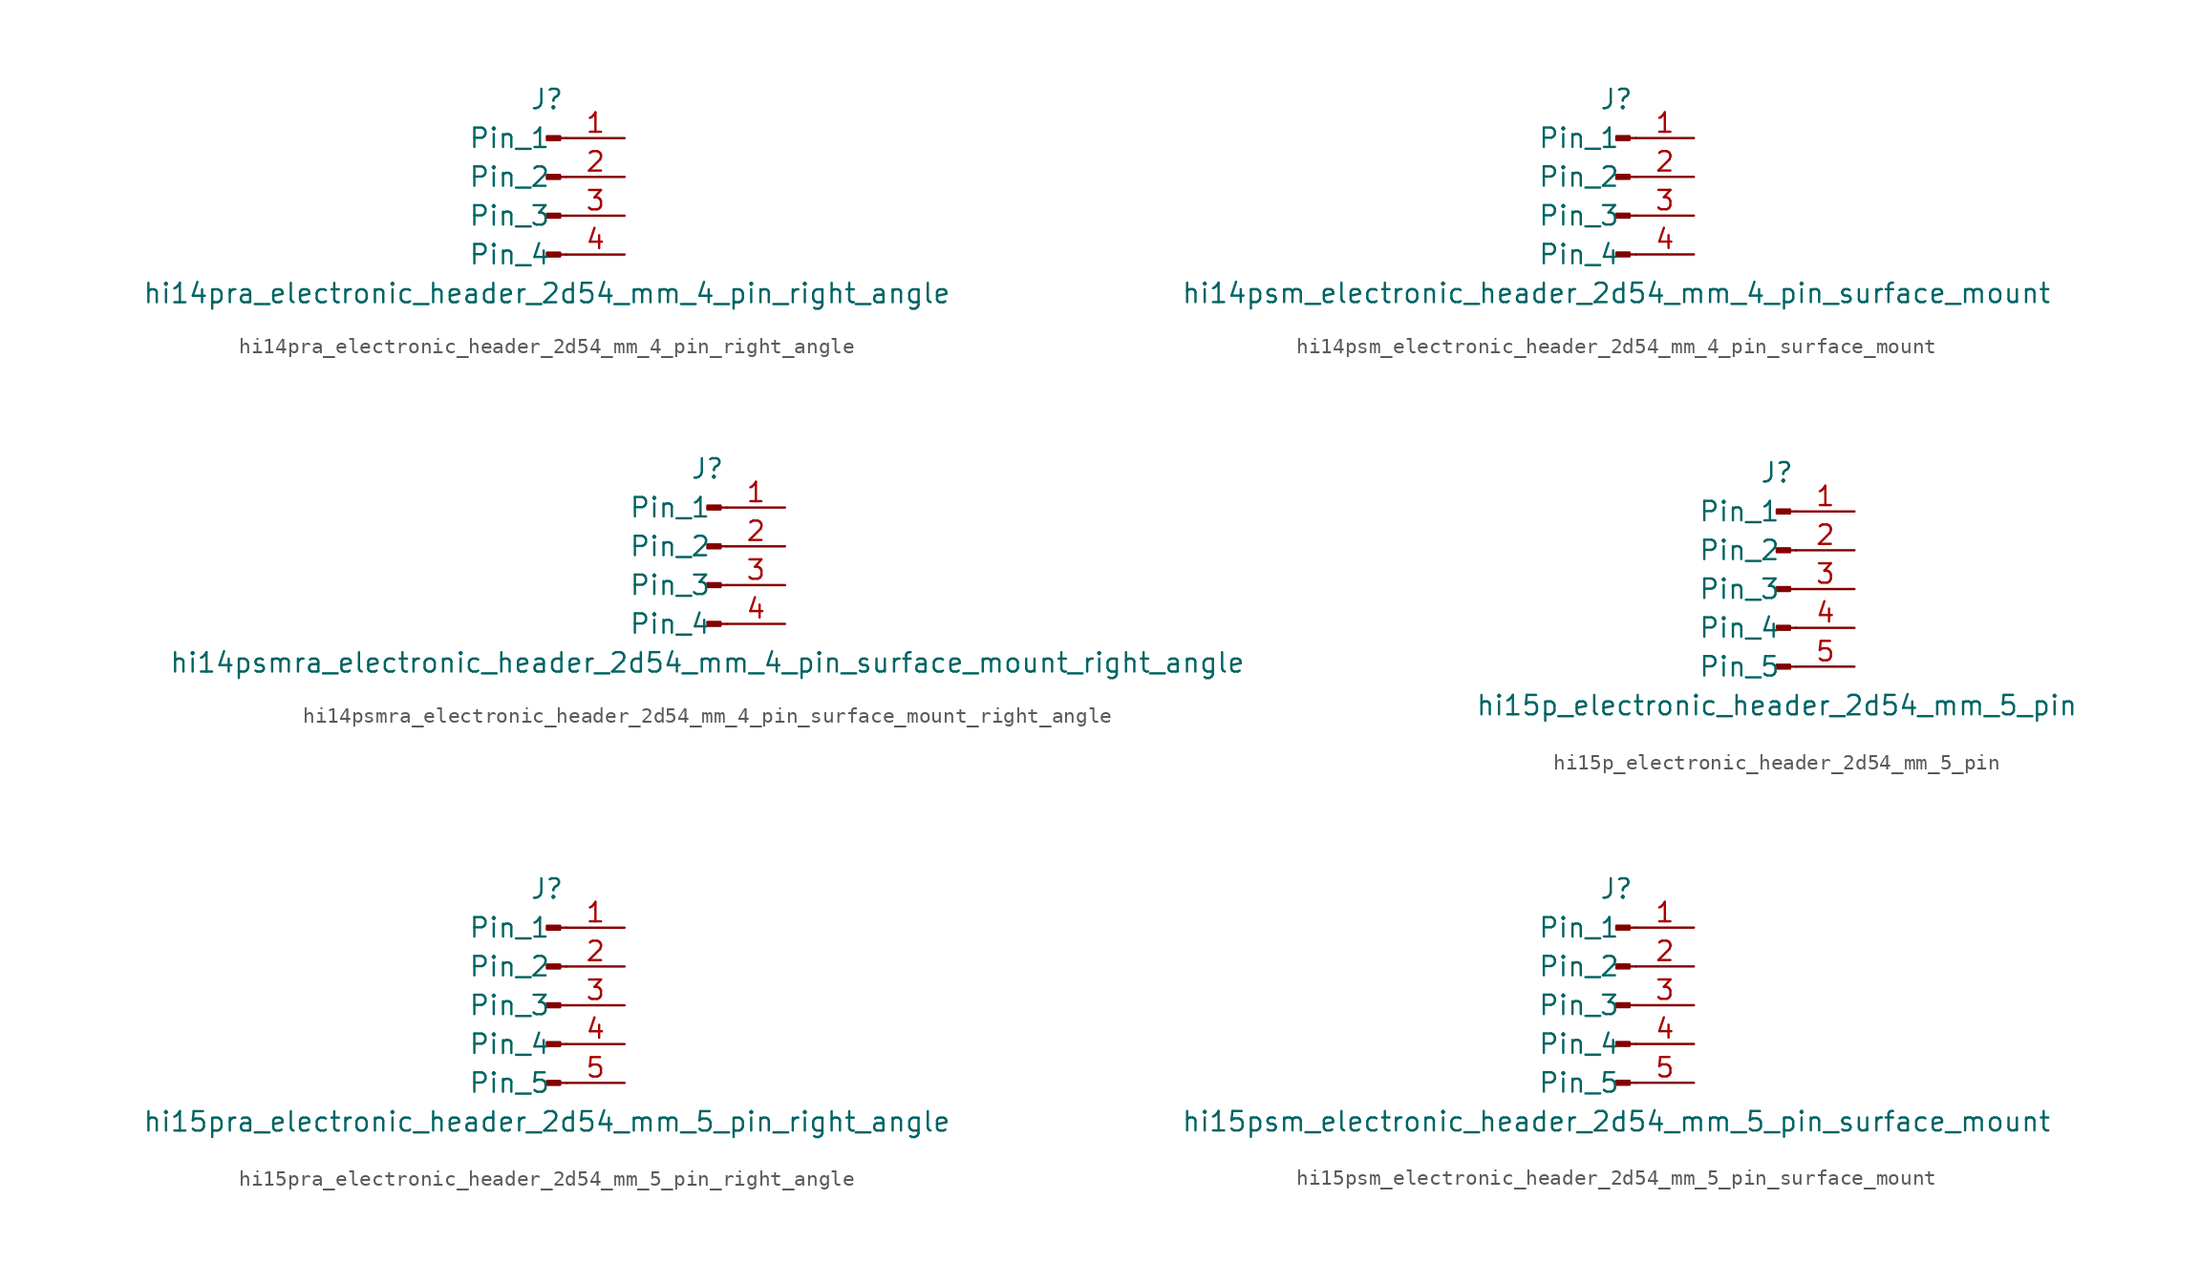
<source format=kicad_sym>
(kicad_symbol_lib
  (version 20220914)
  (generator kicad_symbol_editor)
  (symbol "hi14pra_electronic_header_2d54_mm_4_pin_right_angle"
    (pin_names
      (offset 1.016))
    (property "Reference" "J"
      (at 0 5.08 0)
      (effects (font (size 1.27 1.27))))
    (property "Value" "hi14pra_electronic_header_2d54_mm_4_pin_right_angle"
      (at 0 -7.62 0)
      (effects (font (size 1.27 1.27))))
    (property "ki_locked" ""
      (at 0 0 0)
      (effects (font (size 1.27 1.27))))
    (symbol "hi14pra_electronic_header_2d54_mm_4_pin_right_angle_1_1"
      (polyline (pts (xy 1.27 -5.08) (xy 0.864 -5.08)) (stroke (width 0.152) (type default)) (fill (type none)))
      (polyline (pts (xy 1.27 -2.54) (xy 0.864 -2.54)) (stroke (width 0.152) (type default)) (fill (type none)))
      (polyline (pts (xy 1.27 0) (xy 0.864 0)) (stroke (width 0.152) (type default)) (fill (type none)))
      (polyline (pts (xy 1.27 2.54) (xy 0.864 2.54)) (stroke (width 0.152) (type default)) (fill (type none)))
      (rectangle (start 0.864 -4.953) (end 0 -5.207) (stroke (width 0.152) (type default)) (fill (type outline)))
      (rectangle (start 0.864 -2.413) (end 0 -2.667) (stroke (width 0.152) (type default)) (fill (type outline)))
      (rectangle (start 0.864 0.127) (end 0 -0.127) (stroke (width 0.152) (type default)) (fill (type outline)))
      (rectangle (start 0.864 2.667) (end 0 2.413) (stroke (width 0.152) (type default)) (fill (type outline)))
      (pin passive line (at 5.08 2.54 180) (length 3.81) (name "Pin_1" (effects (font (size 1.27 1.27)))) (number "1" (effects (font (size 1.27 1.27)))))
      (pin passive line (at 5.08 0 180) (length 3.81) (name "Pin_2" (effects (font (size 1.27 1.27)))) (number "2" (effects (font (size 1.27 1.27)))))
      (pin passive line (at 5.08 -2.54 180) (length 3.81) (name "Pin_3" (effects (font (size 1.27 1.27)))) (number "3" (effects (font (size 1.27 1.27)))))
      (pin passive line (at 5.08 -5.08 180) (length 3.81) (name "Pin_4" (effects (font (size 1.27 1.27)))) (number "4" (effects (font (size 1.27 1.27)))))))
  (symbol "hi14psm_electronic_header_2d54_mm_4_pin_surface_mount"
    (pin_names
      (offset 1.016))
    (property "Reference" "J"
      (at 0 5.08 0)
      (effects (font (size 1.27 1.27))))
    (property "Value" "hi14psm_electronic_header_2d54_mm_4_pin_surface_mount"
      (at 0 -7.62 0)
      (effects (font (size 1.27 1.27))))
    (property "ki_locked" ""
      (at 0 0 0)
      (effects (font (size 1.27 1.27))))
    (symbol "hi14psm_electronic_header_2d54_mm_4_pin_surface_mount_1_1"
      (polyline (pts (xy 1.27 -5.08) (xy 0.864 -5.08)) (stroke (width 0.152) (type default)) (fill (type none)))
      (polyline (pts (xy 1.27 -2.54) (xy 0.864 -2.54)) (stroke (width 0.152) (type default)) (fill (type none)))
      (polyline (pts (xy 1.27 0) (xy 0.864 0)) (stroke (width 0.152) (type default)) (fill (type none)))
      (polyline (pts (xy 1.27 2.54) (xy 0.864 2.54)) (stroke (width 0.152) (type default)) (fill (type none)))
      (rectangle (start 0.864 -4.953) (end 0 -5.207) (stroke (width 0.152) (type default)) (fill (type outline)))
      (rectangle (start 0.864 -2.413) (end 0 -2.667) (stroke (width 0.152) (type default)) (fill (type outline)))
      (rectangle (start 0.864 0.127) (end 0 -0.127) (stroke (width 0.152) (type default)) (fill (type outline)))
      (rectangle (start 0.864 2.667) (end 0 2.413) (stroke (width 0.152) (type default)) (fill (type outline)))
      (pin passive line (at 5.08 2.54 180) (length 3.81) (name "Pin_1" (effects (font (size 1.27 1.27)))) (number "1" (effects (font (size 1.27 1.27)))))
      (pin passive line (at 5.08 0 180) (length 3.81) (name "Pin_2" (effects (font (size 1.27 1.27)))) (number "2" (effects (font (size 1.27 1.27)))))
      (pin passive line (at 5.08 -2.54 180) (length 3.81) (name "Pin_3" (effects (font (size 1.27 1.27)))) (number "3" (effects (font (size 1.27 1.27)))))
      (pin passive line (at 5.08 -5.08 180) (length 3.81) (name "Pin_4" (effects (font (size 1.27 1.27)))) (number "4" (effects (font (size 1.27 1.27)))))))
  (symbol "hi14psmra_electronic_header_2d54_mm_4_pin_surface_mount_right_angle"
    (pin_names
      (offset 1.016))
    (property "Reference" "J"
      (at 0 5.08 0)
      (effects (font (size 1.27 1.27))))
    (property "Value" "hi14psmra_electronic_header_2d54_mm_4_pin_surface_mount_right_angle"
      (at 0 -7.62 0)
      (effects (font (size 1.27 1.27))))
    (property "ki_locked" ""
      (at 0 0 0)
      (effects (font (size 1.27 1.27))))
    (symbol "hi14psmra_electronic_header_2d54_mm_4_pin_surface_mount_right_angle_1_1"
      (polyline (pts (xy 1.27 -5.08) (xy 0.864 -5.08)) (stroke (width 0.152) (type default)) (fill (type none)))
      (polyline (pts (xy 1.27 -2.54) (xy 0.864 -2.54)) (stroke (width 0.152) (type default)) (fill (type none)))
      (polyline (pts (xy 1.27 0) (xy 0.864 0)) (stroke (width 0.152) (type default)) (fill (type none)))
      (polyline (pts (xy 1.27 2.54) (xy 0.864 2.54)) (stroke (width 0.152) (type default)) (fill (type none)))
      (rectangle (start 0.864 -4.953) (end 0 -5.207) (stroke (width 0.152) (type default)) (fill (type outline)))
      (rectangle (start 0.864 -2.413) (end 0 -2.667) (stroke (width 0.152) (type default)) (fill (type outline)))
      (rectangle (start 0.864 0.127) (end 0 -0.127) (stroke (width 0.152) (type default)) (fill (type outline)))
      (rectangle (start 0.864 2.667) (end 0 2.413) (stroke (width 0.152) (type default)) (fill (type outline)))
      (pin passive line (at 5.08 2.54 180) (length 3.81) (name "Pin_1" (effects (font (size 1.27 1.27)))) (number "1" (effects (font (size 1.27 1.27)))))
      (pin passive line (at 5.08 0 180) (length 3.81) (name "Pin_2" (effects (font (size 1.27 1.27)))) (number "2" (effects (font (size 1.27 1.27)))))
      (pin passive line (at 5.08 -2.54 180) (length 3.81) (name "Pin_3" (effects (font (size 1.27 1.27)))) (number "3" (effects (font (size 1.27 1.27)))))
      (pin passive line (at 5.08 -5.08 180) (length 3.81) (name "Pin_4" (effects (font (size 1.27 1.27)))) (number "4" (effects (font (size 1.27 1.27)))))))
  (symbol "hi15p_electronic_header_2d54_mm_5_pin"
    (pin_names
      (offset 1.016))
    (property "Reference" "J"
      (at 0 7.62 0)
      (effects (font (size 1.27 1.27))))
    (property "Value" "hi15p_electronic_header_2d54_mm_5_pin"
      (at 0 -7.62 0)
      (effects (font (size 1.27 1.27))))
    (property "ki_locked" ""
      (at 0 0 0)
      (effects (font (size 1.27 1.27))))
    (symbol "hi15p_electronic_header_2d54_mm_5_pin_1_1"
      (polyline (pts (xy 1.27 -5.08) (xy 0.864 -5.08)) (stroke (width 0.152) (type default)) (fill (type none)))
      (polyline (pts (xy 1.27 -2.54) (xy 0.864 -2.54)) (stroke (width 0.152) (type default)) (fill (type none)))
      (polyline (pts (xy 1.27 0) (xy 0.864 0)) (stroke (width 0.152) (type default)) (fill (type none)))
      (polyline (pts (xy 1.27 2.54) (xy 0.864 2.54)) (stroke (width 0.152) (type default)) (fill (type none)))
      (polyline (pts (xy 1.27 5.08) (xy 0.864 5.08)) (stroke (width 0.152) (type default)) (fill (type none)))
      (rectangle (start 0.864 -4.953) (end 0 -5.207) (stroke (width 0.152) (type default)) (fill (type outline)))
      (rectangle (start 0.864 -2.413) (end 0 -2.667) (stroke (width 0.152) (type default)) (fill (type outline)))
      (rectangle (start 0.864 0.127) (end 0 -0.127) (stroke (width 0.152) (type default)) (fill (type outline)))
      (rectangle (start 0.864 2.667) (end 0 2.413) (stroke (width 0.152) (type default)) (fill (type outline)))
      (rectangle (start 0.864 5.207) (end 0 4.953) (stroke (width 0.152) (type default)) (fill (type outline)))
      (pin passive line (at 5.08 5.08 180) (length 3.81) (name "Pin_1" (effects (font (size 1.27 1.27)))) (number "1" (effects (font (size 1.27 1.27)))))
      (pin passive line (at 5.08 2.54 180) (length 3.81) (name "Pin_2" (effects (font (size 1.27 1.27)))) (number "2" (effects (font (size 1.27 1.27)))))
      (pin passive line (at 5.08 0 180) (length 3.81) (name "Pin_3" (effects (font (size 1.27 1.27)))) (number "3" (effects (font (size 1.27 1.27)))))
      (pin passive line (at 5.08 -2.54 180) (length 3.81) (name "Pin_4" (effects (font (size 1.27 1.27)))) (number "4" (effects (font (size 1.27 1.27)))))
      (pin passive line (at 5.08 -5.08 180) (length 3.81) (name "Pin_5" (effects (font (size 1.27 1.27)))) (number "5" (effects (font (size 1.27 1.27)))))))
  (symbol "hi15pra_electronic_header_2d54_mm_5_pin_right_angle"
    (pin_names
      (offset 1.016))
    (property "Reference" "J"
      (at 0 7.62 0)
      (effects (font (size 1.27 1.27))))
    (property "Value" "hi15pra_electronic_header_2d54_mm_5_pin_right_angle"
      (at 0 -7.62 0)
      (effects (font (size 1.27 1.27))))
    (property "ki_locked" ""
      (at 0 0 0)
      (effects (font (size 1.27 1.27))))
    (symbol "hi15pra_electronic_header_2d54_mm_5_pin_right_angle_1_1"
      (polyline (pts (xy 1.27 -5.08) (xy 0.864 -5.08)) (stroke (width 0.152) (type default)) (fill (type none)))
      (polyline (pts (xy 1.27 -2.54) (xy 0.864 -2.54)) (stroke (width 0.152) (type default)) (fill (type none)))
      (polyline (pts (xy 1.27 0) (xy 0.864 0)) (stroke (width 0.152) (type default)) (fill (type none)))
      (polyline (pts (xy 1.27 2.54) (xy 0.864 2.54)) (stroke (width 0.152) (type default)) (fill (type none)))
      (polyline (pts (xy 1.27 5.08) (xy 0.864 5.08)) (stroke (width 0.152) (type default)) (fill (type none)))
      (rectangle (start 0.864 -4.953) (end 0 -5.207) (stroke (width 0.152) (type default)) (fill (type outline)))
      (rectangle (start 0.864 -2.413) (end 0 -2.667) (stroke (width 0.152) (type default)) (fill (type outline)))
      (rectangle (start 0.864 0.127) (end 0 -0.127) (stroke (width 0.152) (type default)) (fill (type outline)))
      (rectangle (start 0.864 2.667) (end 0 2.413) (stroke (width 0.152) (type default)) (fill (type outline)))
      (rectangle (start 0.864 5.207) (end 0 4.953) (stroke (width 0.152) (type default)) (fill (type outline)))
      (pin passive line (at 5.08 5.08 180) (length 3.81) (name "Pin_1" (effects (font (size 1.27 1.27)))) (number "1" (effects (font (size 1.27 1.27)))))
      (pin passive line (at 5.08 2.54 180) (length 3.81) (name "Pin_2" (effects (font (size 1.27 1.27)))) (number "2" (effects (font (size 1.27 1.27)))))
      (pin passive line (at 5.08 0 180) (length 3.81) (name "Pin_3" (effects (font (size 1.27 1.27)))) (number "3" (effects (font (size 1.27 1.27)))))
      (pin passive line (at 5.08 -2.54 180) (length 3.81) (name "Pin_4" (effects (font (size 1.27 1.27)))) (number "4" (effects (font (size 1.27 1.27)))))
      (pin passive line (at 5.08 -5.08 180) (length 3.81) (name "Pin_5" (effects (font (size 1.27 1.27)))) (number "5" (effects (font (size 1.27 1.27)))))))
  (symbol "hi15psm_electronic_header_2d54_mm_5_pin_surface_mount"
    (pin_names
      (offset 1.016))
    (property "Reference" "J"
      (at 0 7.62 0)
      (effects (font (size 1.27 1.27))))
    (property "Value" "hi15psm_electronic_header_2d54_mm_5_pin_surface_mount"
      (at 0 -7.62 0)
      (effects (font (size 1.27 1.27))))
    (property "ki_locked" ""
      (at 0 0 0)
      (effects (font (size 1.27 1.27))))
    (symbol "hi15psm_electronic_header_2d54_mm_5_pin_surface_mount_1_1"
      (polyline (pts (xy 1.27 -5.08) (xy 0.864 -5.08)) (stroke (width 0.152) (type default)) (fill (type none)))
      (polyline (pts (xy 1.27 -2.54) (xy 0.864 -2.54)) (stroke (width 0.152) (type default)) (fill (type none)))
      (polyline (pts (xy 1.27 0) (xy 0.864 0)) (stroke (width 0.152) (type default)) (fill (type none)))
      (polyline (pts (xy 1.27 2.54) (xy 0.864 2.54)) (stroke (width 0.152) (type default)) (fill (type none)))
      (polyline (pts (xy 1.27 5.08) (xy 0.864 5.08)) (stroke (width 0.152) (type default)) (fill (type none)))
      (rectangle (start 0.864 -4.953) (end 0 -5.207) (stroke (width 0.152) (type default)) (fill (type outline)))
      (rectangle (start 0.864 -2.413) (end 0 -2.667) (stroke (width 0.152) (type default)) (fill (type outline)))
      (rectangle (start 0.864 0.127) (end 0 -0.127) (stroke (width 0.152) (type default)) (fill (type outline)))
      (rectangle (start 0.864 2.667) (end 0 2.413) (stroke (width 0.152) (type default)) (fill (type outline)))
      (rectangle (start 0.864 5.207) (end 0 4.953) (stroke (width 0.152) (type default)) (fill (type outline)))
      (pin passive line (at 5.08 5.08 180) (length 3.81) (name "Pin_1" (effects (font (size 1.27 1.27)))) (number "1" (effects (font (size 1.27 1.27)))))
      (pin passive line (at 5.08 2.54 180) (length 3.81) (name "Pin_2" (effects (font (size 1.27 1.27)))) (number "2" (effects (font (size 1.27 1.27)))))
      (pin passive line (at 5.08 0 180) (length 3.81) (name "Pin_3" (effects (font (size 1.27 1.27)))) (number "3" (effects (font (size 1.27 1.27)))))
      (pin passive line (at 5.08 -2.54 180) (length 3.81) (name "Pin_4" (effects (font (size 1.27 1.27)))) (number "4" (effects (font (size 1.27 1.27)))))
      (pin passive line (at 5.08 -5.08 180) (length 3.81) (name "Pin_5" (effects (font (size 1.27 1.27)))) (number "5" (effects (font (size 1.27 1.27))))))))
</source>
